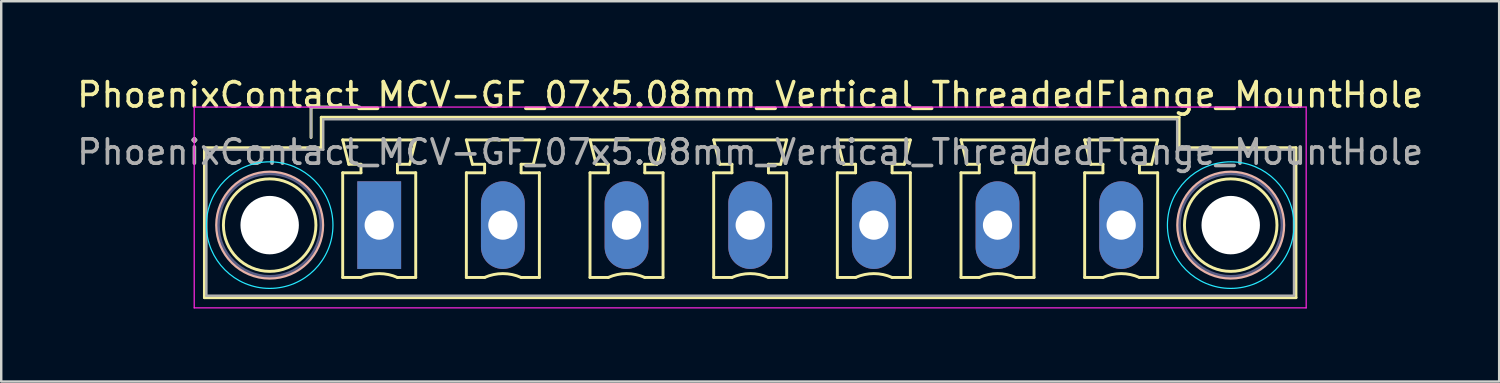
<source format=kicad_pcb>
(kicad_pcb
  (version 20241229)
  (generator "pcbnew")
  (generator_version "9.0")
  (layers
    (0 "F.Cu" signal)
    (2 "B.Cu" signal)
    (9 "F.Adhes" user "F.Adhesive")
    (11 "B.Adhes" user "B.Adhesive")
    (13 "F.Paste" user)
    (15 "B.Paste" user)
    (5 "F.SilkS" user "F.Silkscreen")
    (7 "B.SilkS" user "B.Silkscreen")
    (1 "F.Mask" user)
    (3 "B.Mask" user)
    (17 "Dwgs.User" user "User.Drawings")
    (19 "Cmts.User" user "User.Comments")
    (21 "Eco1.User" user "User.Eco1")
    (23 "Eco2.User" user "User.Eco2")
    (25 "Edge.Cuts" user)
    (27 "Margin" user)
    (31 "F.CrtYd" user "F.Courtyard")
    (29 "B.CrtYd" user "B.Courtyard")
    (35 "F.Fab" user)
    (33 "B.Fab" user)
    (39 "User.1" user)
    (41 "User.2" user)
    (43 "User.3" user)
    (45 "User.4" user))
  (footprint "PhoenixContact_MCV-GF_07x5.08mm_Vertical_ThreadedFlange_MountHole"
    (layer "F.Cu")
    (at 12.528 6.198)
    (property "Reference" "PhoenixContact_MCV-GF_07x5.08mm_Vertical_ThreadedFlange_MountHole" (at 15.24 -5.35 0) (layer "F.SilkS") (effects (font (size 1 1) (thickness 0.15))))
    (attr through_hole)
    (fp_line (start -7.18 -3.18) (end -7.18 2.98) (stroke (width 0.12) (type solid)) (layer "F.SilkS"))
    (fp_line (start -7.18 2.98) (end 37.66 2.98) (stroke (width 0.12) (type solid)) (layer "F.SilkS"))
    (fp_line (start -2.8 -4.85) (end -0.8 -4.85) (stroke (width 0.12) (type solid)) (layer "F.SilkS"))
    (fp_line (start -2.8 -3.6) (end -2.8 -4.85) (stroke (width 0.12) (type solid)) (layer "F.SilkS"))
    (fp_line (start -2.38 -4.43) (end -2.38 -3.18) (stroke (width 0.12) (type solid)) (layer "F.SilkS"))
    (fp_line (start -2.38 -3.18) (end -7.18 -3.18) (stroke (width 0.12) (type solid)) (layer "F.SilkS"))
    (fp_line (start -1.5 -3.5) (end 1.5 -3.5) (stroke (width 0.12) (type solid)) (layer "F.SilkS"))
    (fp_line (start -1.5 -2.15) (end -0.75 -2.15) (stroke (width 0.12) (type solid)) (layer "F.SilkS"))
    (fp_line (start -1.5 2.15) (end -1.5 -2.15) (stroke (width 0.12) (type solid)) (layer "F.SilkS"))
    (fp_line (start -1.25 -2.5) (end -1.5 -3.5) (stroke (width 0.12) (type solid)) (layer "F.SilkS"))
    (fp_line (start -0.75 -2.5) (end -1.25 -2.5) (stroke (width 0.12) (type solid)) (layer "F.SilkS"))
    (fp_line (start -0.75 -2.15) (end -0.75 -2.5) (stroke (width 0.12) (type solid)) (layer "F.SilkS"))
    (fp_line (start -0.75 2.15) (end -1.5 2.15) (stroke (width 0.12) (type solid)) (layer "F.SilkS"))
    (fp_line (start 0.75 -2.5) (end 0.75 -2.15) (stroke (width 0.12) (type solid)) (layer "F.SilkS"))
    (fp_line (start 0.75 -2.15) (end 1.5 -2.15) (stroke (width 0.12) (type solid)) (layer "F.SilkS"))
    (fp_line (start 1.25 -2.5) (end 0.75 -2.5) (stroke (width 0.12) (type solid)) (layer "F.SilkS"))
    (fp_line (start 1.5 -3.5) (end 1.25 -2.5) (stroke (width 0.12) (type solid)) (layer "F.SilkS"))
    (fp_line (start 1.5 -2.15) (end 1.5 2.15) (stroke (width 0.12) (type solid)) (layer "F.SilkS"))
    (fp_line (start 1.5 2.15) (end 0.75 2.15) (stroke (width 0.12) (type solid)) (layer "F.SilkS"))
    (fp_line (start 3.58 -3.5) (end 6.58 -3.5) (stroke (width 0.12) (type solid)) (layer "F.SilkS"))
    (fp_line (start 3.58 -2.15) (end 4.33 -2.15) (stroke (width 0.12) (type solid)) (layer "F.SilkS"))
    (fp_line (start 3.58 2.15) (end 3.58 -2.15) (stroke (width 0.12) (type solid)) (layer "F.SilkS"))
    (fp_line (start 3.83 -2.5) (end 3.58 -3.5) (stroke (width 0.12) (type solid)) (layer "F.SilkS"))
    (fp_line (start 4.33 -2.5) (end 3.83 -2.5) (stroke (width 0.12) (type solid)) (layer "F.SilkS"))
    (fp_line (start 4.33 -2.15) (end 4.33 -2.5) (stroke (width 0.12) (type solid)) (layer "F.SilkS"))
    (fp_line (start 4.33 2.15) (end 3.58 2.15) (stroke (width 0.12) (type solid)) (layer "F.SilkS"))
    (fp_line (start 5.83 -2.5) (end 5.83 -2.15) (stroke (width 0.12) (type solid)) (layer "F.SilkS"))
    (fp_line (start 5.83 -2.15) (end 6.58 -2.15) (stroke (width 0.12) (type solid)) (layer "F.SilkS"))
    (fp_line (start 6.33 -2.5) (end 5.83 -2.5) (stroke (width 0.12) (type solid)) (layer "F.SilkS"))
    (fp_line (start 6.58 -3.5) (end 6.33 -2.5) (stroke (width 0.12) (type solid)) (layer "F.SilkS"))
    (fp_line (start 6.58 -2.15) (end 6.58 2.15) (stroke (width 0.12) (type solid)) (layer "F.SilkS"))
    (fp_line (start 6.58 2.15) (end 5.83 2.15) (stroke (width 0.12) (type solid)) (layer "F.SilkS"))
    (fp_line (start 8.66 -3.5) (end 11.66 -3.5) (stroke (width 0.12) (type solid)) (layer "F.SilkS"))
    (fp_line (start 8.66 -2.15) (end 9.41 -2.15) (stroke (width 0.12) (type solid)) (layer "F.SilkS"))
    (fp_line (start 8.66 2.15) (end 8.66 -2.15) (stroke (width 0.12) (type solid)) (layer "F.SilkS"))
    (fp_line (start 8.91 -2.5) (end 8.66 -3.5) (stroke (width 0.12) (type solid)) (layer "F.SilkS"))
    (fp_line (start 9.41 -2.5) (end 8.91 -2.5) (stroke (width 0.12) (type solid)) (layer "F.SilkS"))
    (fp_line (start 9.41 -2.15) (end 9.41 -2.5) (stroke (width 0.12) (type solid)) (layer "F.SilkS"))
    (fp_line (start 9.41 2.15) (end 8.66 2.15) (stroke (width 0.12) (type solid)) (layer "F.SilkS"))
    (fp_line (start 10.91 -2.5) (end 10.91 -2.15) (stroke (width 0.12) (type solid)) (layer "F.SilkS"))
    (fp_line (start 10.91 -2.15) (end 11.66 -2.15) (stroke (width 0.12) (type solid)) (layer "F.SilkS"))
    (fp_line (start 11.41 -2.5) (end 10.91 -2.5) (stroke (width 0.12) (type solid)) (layer "F.SilkS"))
    (fp_line (start 11.66 -3.5) (end 11.41 -2.5) (stroke (width 0.12) (type solid)) (layer "F.SilkS"))
    (fp_line (start 11.66 -2.15) (end 11.66 2.15) (stroke (width 0.12) (type solid)) (layer "F.SilkS"))
    (fp_line (start 11.66 2.15) (end 10.91 2.15) (stroke (width 0.12) (type solid)) (layer "F.SilkS"))
    (fp_line (start 13.74 -3.5) (end 16.74 -3.5) (stroke (width 0.12) (type solid)) (layer "F.SilkS"))
    (fp_line (start 13.74 -2.15) (end 14.49 -2.15) (stroke (width 0.12) (type solid)) (layer "F.SilkS"))
    (fp_line (start 13.74 2.15) (end 13.74 -2.15) (stroke (width 0.12) (type solid)) (layer "F.SilkS"))
    (fp_line (start 13.99 -2.5) (end 13.74 -3.5) (stroke (width 0.12) (type solid)) (layer "F.SilkS"))
    (fp_line (start 14.49 -2.5) (end 13.99 -2.5) (stroke (width 0.12) (type solid)) (layer "F.SilkS"))
    (fp_line (start 14.49 -2.15) (end 14.49 -2.5) (stroke (width 0.12) (type solid)) (layer "F.SilkS"))
    (fp_line (start 14.49 2.15) (end 13.74 2.15) (stroke (width 0.12) (type solid)) (layer "F.SilkS"))
    (fp_line (start 15.99 -2.5) (end 15.99 -2.15) (stroke (width 0.12) (type solid)) (layer "F.SilkS"))
    (fp_line (start 15.99 -2.15) (end 16.74 -2.15) (stroke (width 0.12) (type solid)) (layer "F.SilkS"))
    (fp_line (start 16.49 -2.5) (end 15.99 -2.5) (stroke (width 0.12) (type solid)) (layer "F.SilkS"))
    (fp_line (start 16.74 -3.5) (end 16.49 -2.5) (stroke (width 0.12) (type solid)) (layer "F.SilkS"))
    (fp_line (start 16.74 -2.15) (end 16.74 2.15) (stroke (width 0.12) (type solid)) (layer "F.SilkS"))
    (fp_line (start 16.74 2.15) (end 15.99 2.15) (stroke (width 0.12) (type solid)) (layer "F.SilkS"))
    (fp_line (start 18.82 -3.5) (end 21.82 -3.5) (stroke (width 0.12) (type solid)) (layer "F.SilkS"))
    (fp_line (start 18.82 -2.15) (end 19.57 -2.15) (stroke (width 0.12) (type solid)) (layer "F.SilkS"))
    (fp_line (start 18.82 2.15) (end 18.82 -2.15) (stroke (width 0.12) (type solid)) (layer "F.SilkS"))
    (fp_line (start 19.07 -2.5) (end 18.82 -3.5) (stroke (width 0.12) (type solid)) (layer "F.SilkS"))
    (fp_line (start 19.57 -2.5) (end 19.07 -2.5) (stroke (width 0.12) (type solid)) (layer "F.SilkS"))
    (fp_line (start 19.57 -2.15) (end 19.57 -2.5) (stroke (width 0.12) (type solid)) (layer "F.SilkS"))
    (fp_line (start 19.57 2.15) (end 18.82 2.15) (stroke (width 0.12) (type solid)) (layer "F.SilkS"))
    (fp_line (start 21.07 -2.5) (end 21.07 -2.15) (stroke (width 0.12) (type solid)) (layer "F.SilkS"))
    (fp_line (start 21.07 -2.15) (end 21.82 -2.15) (stroke (width 0.12) (type solid)) (layer "F.SilkS"))
    (fp_line (start 21.57 -2.5) (end 21.07 -2.5) (stroke (width 0.12) (type solid)) (layer "F.SilkS"))
    (fp_line (start 21.82 -3.5) (end 21.57 -2.5) (stroke (width 0.12) (type solid)) (layer "F.SilkS"))
    (fp_line (start 21.82 -2.15) (end 21.82 2.15) (stroke (width 0.12) (type solid)) (layer "F.SilkS"))
    (fp_line (start 21.82 2.15) (end 21.07 2.15) (stroke (width 0.12) (type solid)) (layer "F.SilkS"))
    (fp_line (start 23.9 -3.5) (end 26.9 -3.5) (stroke (width 0.12) (type solid)) (layer "F.SilkS"))
    (fp_line (start 23.9 -2.15) (end 24.65 -2.15) (stroke (width 0.12) (type solid)) (layer "F.SilkS"))
    (fp_line (start 23.9 2.15) (end 23.9 -2.15) (stroke (width 0.12) (type solid)) (layer "F.SilkS"))
    (fp_line (start 24.15 -2.5) (end 23.9 -3.5) (stroke (width 0.12) (type solid)) (layer "F.SilkS"))
    (fp_line (start 24.65 -2.5) (end 24.15 -2.5) (stroke (width 0.12) (type solid)) (layer "F.SilkS"))
    (fp_line (start 24.65 -2.15) (end 24.65 -2.5) (stroke (width 0.12) (type solid)) (layer "F.SilkS"))
    (fp_line (start 24.65 2.15) (end 23.9 2.15) (stroke (width 0.12) (type solid)) (layer "F.SilkS"))
    (fp_line (start 26.15 -2.5) (end 26.15 -2.15) (stroke (width 0.12) (type solid)) (layer "F.SilkS"))
    (fp_line (start 26.15 -2.15) (end 26.9 -2.15) (stroke (width 0.12) (type solid)) (layer "F.SilkS"))
    (fp_line (start 26.65 -2.5) (end 26.15 -2.5) (stroke (width 0.12) (type solid)) (layer "F.SilkS"))
    (fp_line (start 26.9 -3.5) (end 26.65 -2.5) (stroke (width 0.12) (type solid)) (layer "F.SilkS"))
    (fp_line (start 26.9 -2.15) (end 26.9 2.15) (stroke (width 0.12) (type solid)) (layer "F.SilkS"))
    (fp_line (start 26.9 2.15) (end 26.15 2.15) (stroke (width 0.12) (type solid)) (layer "F.SilkS"))
    (fp_line (start 28.98 -3.5) (end 31.98 -3.5) (stroke (width 0.12) (type solid)) (layer "F.SilkS"))
    (fp_line (start 28.98 -2.15) (end 29.73 -2.15) (stroke (width 0.12) (type solid)) (layer "F.SilkS"))
    (fp_line (start 28.98 2.15) (end 28.98 -2.15) (stroke (width 0.12) (type solid)) (layer "F.SilkS"))
    (fp_line (start 29.23 -2.5) (end 28.98 -3.5) (stroke (width 0.12) (type solid)) (layer "F.SilkS"))
    (fp_line (start 29.73 -2.5) (end 29.23 -2.5) (stroke (width 0.12) (type solid)) (layer "F.SilkS"))
    (fp_line (start 29.73 -2.15) (end 29.73 -2.5) (stroke (width 0.12) (type solid)) (layer "F.SilkS"))
    (fp_line (start 29.73 2.15) (end 28.98 2.15) (stroke (width 0.12) (type solid)) (layer "F.SilkS"))
    (fp_line (start 31.23 -2.5) (end 31.23 -2.15) (stroke (width 0.12) (type solid)) (layer "F.SilkS"))
    (fp_line (start 31.23 -2.15) (end 31.98 -2.15) (stroke (width 0.12) (type solid)) (layer "F.SilkS"))
    (fp_line (start 31.73 -2.5) (end 31.23 -2.5) (stroke (width 0.12) (type solid)) (layer "F.SilkS"))
    (fp_line (start 31.98 -3.5) (end 31.73 -2.5) (stroke (width 0.12) (type solid)) (layer "F.SilkS"))
    (fp_line (start 31.98 -2.15) (end 31.98 2.15) (stroke (width 0.12) (type solid)) (layer "F.SilkS"))
    (fp_line (start 31.98 2.15) (end 31.23 2.15) (stroke (width 0.12) (type solid)) (layer "F.SilkS"))
    (fp_line (start 32.86 -4.43) (end -2.38 -4.43) (stroke (width 0.12) (type solid)) (layer "F.SilkS"))
    (fp_line (start 32.86 -3.18) (end 32.86 -4.43) (stroke (width 0.12) (type solid)) (layer "F.SilkS"))
    (fp_line (start 37.66 -3.18) (end 32.86 -3.18) (stroke (width 0.12) (type solid)) (layer "F.SilkS"))
    (fp_line (start 37.66 2.98) (end 37.66 -3.18) (stroke (width 0.12) (type solid)) (layer "F.SilkS"))
    (fp_arc (start -0.75 2.15) (mid -0.000193 1.99191) (end 0.749647 2.149844) (stroke (width 0.12) (type solid)) (layer "F.SilkS"))
    (fp_arc (start 4.33 2.15) (mid 5.079807 1.99191) (end 5.829647 2.149844) (stroke (width 0.12) (type solid)) (layer "F.SilkS"))
    (fp_arc (start 9.41 2.15) (mid 10.159807 1.99191) (end 10.909647 2.149844) (stroke (width 0.12) (type solid)) (layer "F.SilkS"))
    (fp_arc (start 14.49 2.15) (mid 15.239807 1.99191) (end 15.989647 2.149844) (stroke (width 0.12) (type solid)) (layer "F.SilkS"))
    (fp_arc (start 19.57 2.15) (mid 20.319807 1.99191) (end 21.069647 2.149844) (stroke (width 0.12) (type solid)) (layer "F.SilkS"))
    (fp_arc (start 24.65 2.15) (mid 25.399807 1.99191) (end 26.149647 2.149844) (stroke (width 0.12) (type solid)) (layer "F.SilkS"))
    (fp_arc (start 29.73 2.15) (mid 30.479807 1.99191) (end 31.229647 2.149844) (stroke (width 0.12) (type solid)) (layer "F.SilkS"))
    (fp_circle (center -4.5 0) (end -2.6 0) (stroke (width 0.12) (type solid)) (fill no) (layer "F.SilkS"))
    (fp_circle (center 34.98 0) (end 36.88 0) (stroke (width 0.12) (type solid)) (fill no) (layer "F.SilkS"))
    (fp_circle (center -4.5 0) (end -2.32 0) (stroke (width 0.12) (type solid)) (fill no) (layer "B.SilkS"))
    (fp_circle (center 34.98 0) (end 37.16 0) (stroke (width 0.12) (type solid)) (fill no) (layer "B.SilkS"))
    (fp_circle (center -4.5 0) (end -1.9 0) (stroke (width 0.05) (type solid)) (fill no) (layer "B.CrtYd"))
    (fp_circle (center 34.98 0) (end 37.58 0) (stroke (width 0.05) (type solid)) (fill no) (layer "B.CrtYd"))
    (fp_line (start -7.6 -4.85) (end -7.6 3.4) (stroke (width 0.05) (type solid)) (layer "F.CrtYd"))
    (fp_line (start -7.6 3.4) (end 38.08 3.4) (stroke (width 0.05) (type solid)) (layer "F.CrtYd"))
    (fp_line (start 38.08 -4.85) (end -7.6 -4.85) (stroke (width 0.05) (type solid)) (layer "F.CrtYd"))
    (fp_line (start 38.08 3.4) (end 38.08 -4.85) (stroke (width 0.05) (type solid)) (layer "F.CrtYd"))
    (fp_circle (center -4.5 0) (end -2.4 0) (stroke (width 0.1) (type solid)) (fill no) (layer "B.Fab"))
    (fp_circle (center 34.98 0) (end 37.08 0) (stroke (width 0.1) (type solid)) (fill no) (layer "B.Fab"))
    (fp_line (start -7.1 -3.1) (end -7.1 2.9) (stroke (width 0.1) (type solid)) (layer "F.Fab"))
    (fp_line (start -7.1 2.9) (end 37.58 2.9) (stroke (width 0.1) (type solid)) (layer "F.Fab"))
    (fp_line (start -2.8 -4.85) (end -0.8 -4.85) (stroke (width 0.1) (type solid)) (layer "F.Fab"))
    (fp_line (start -2.8 -3.6) (end -2.8 -4.85) (stroke (width 0.1) (type solid)) (layer "F.Fab"))
    (fp_line (start -2.3 -4.35) (end -2.3 -3.1) (stroke (width 0.1) (type solid)) (layer "F.Fab"))
    (fp_line (start -2.3 -3.1) (end -7.1 -3.1) (stroke (width 0.1) (type solid)) (layer "F.Fab"))
    (fp_line (start 32.78 -4.35) (end -2.3 -4.35) (stroke (width 0.1) (type solid)) (layer "F.Fab"))
    (fp_line (start 32.78 -3.1) (end 32.78 -4.35) (stroke (width 0.1) (type solid)) (layer "F.Fab"))
    (fp_line (start 37.58 -3.1) (end 32.78 -3.1) (stroke (width 0.1) (type solid)) (layer "F.Fab"))
    (fp_line (start 37.58 2.9) (end 37.58 -3.1) (stroke (width 0.1) (type solid)) (layer "F.Fab"))
    (fp_text user "${REFERENCE}" (at 15.24 -3 0) (layer "F.Fab") (effects (font (size 1 1) (thickness 0.15))))
    (pad "" np_thru_hole circle (at -4.5 0) (size 2.4 2.4) (drill 2.4) (layers "*.Cu" "*.Mask"))
    (pad "" np_thru_hole circle (at 34.98 0) (size 2.4 2.4) (drill 2.4) (layers "*.Cu" "*.Mask"))
    (pad "1" thru_hole rect (at 0 0) (size 1.8 3.6) (drill 1.2) (layers "*.Cu" "*.Mask"))
    (pad "2" thru_hole oval (at 5.08 0) (size 1.8 3.6) (drill 1.2) (layers "*.Cu" "*.Mask"))
    (pad "3" thru_hole oval (at 10.16 0) (size 1.8 3.6) (drill 1.2) (layers "*.Cu" "*.Mask"))
    (pad "4" thru_hole oval (at 15.24 0) (size 1.8 3.6) (drill 1.2) (layers "*.Cu" "*.Mask"))
    (pad "5" thru_hole oval (at 20.32 0) (size 1.8 3.6) (drill 1.2) (layers "*.Cu" "*.Mask"))
    (pad "6" thru_hole oval (at 25.4 0) (size 1.8 3.6) (drill 1.2) (layers "*.Cu" "*.Mask"))
    (pad "7" thru_hole oval (at 30.48 0) (size 1.8 3.6) (drill 1.2) (layers "*.Cu" "*.Mask")))
  (gr_rect
    (start -3 -3)
    (end 58.536 12.623)
    (stroke (width 0.1) (type default))
    (fill no)
    (layer "Edge.Cuts")))
</source>
